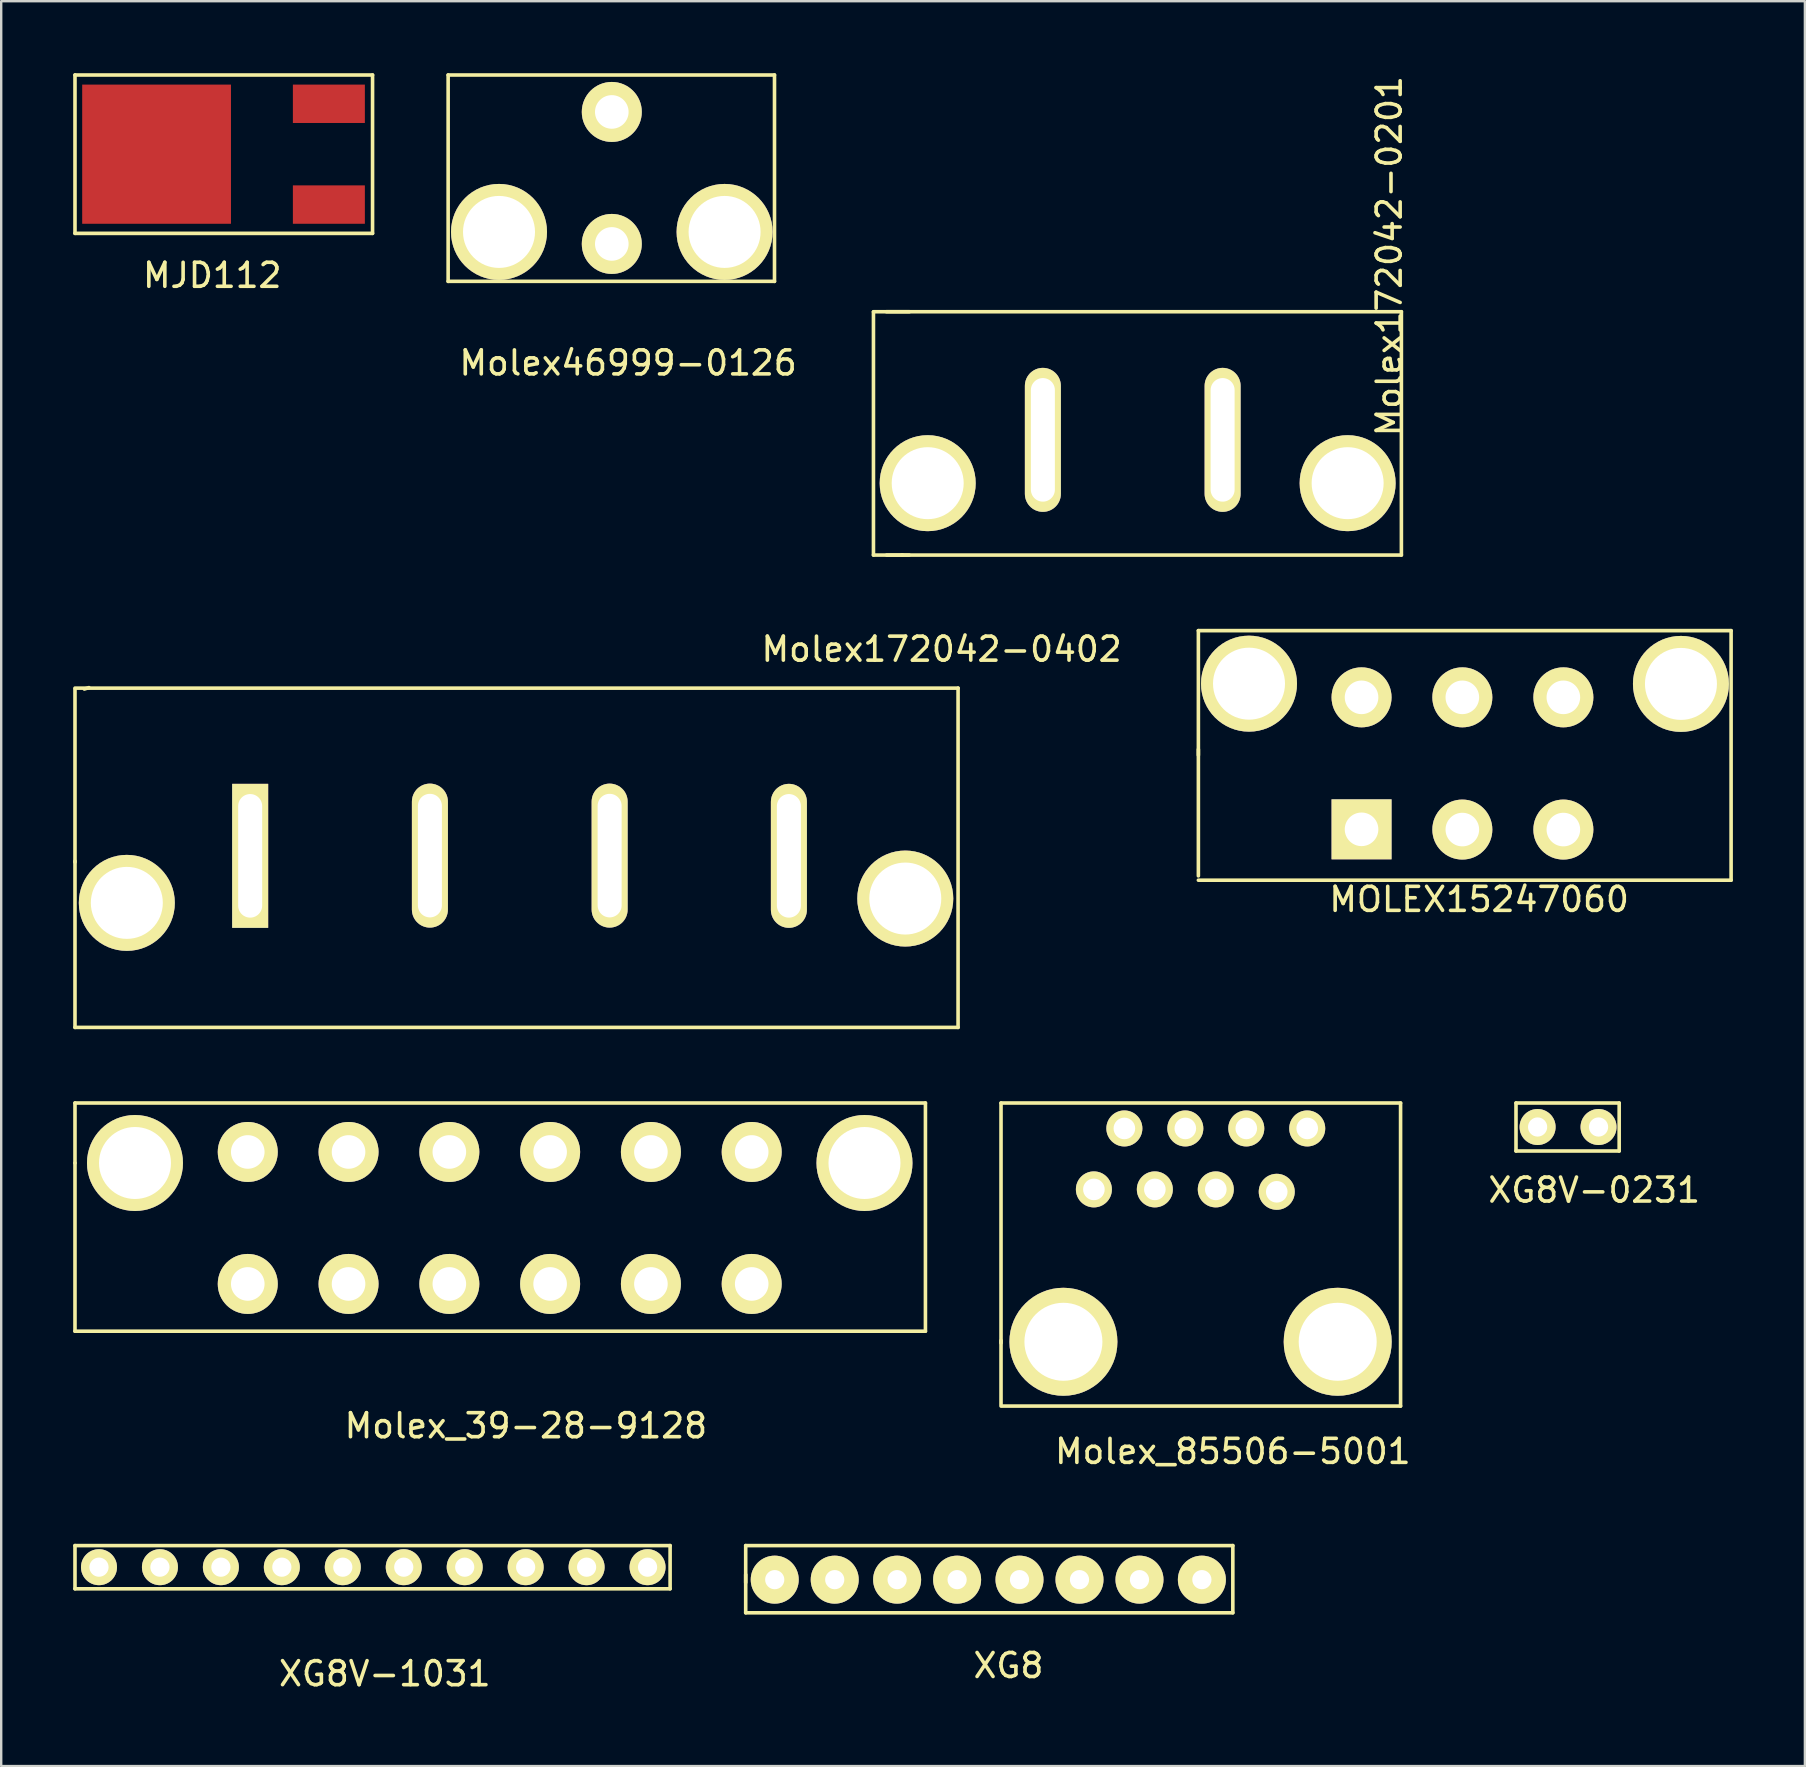
<source format=kicad_pcb>
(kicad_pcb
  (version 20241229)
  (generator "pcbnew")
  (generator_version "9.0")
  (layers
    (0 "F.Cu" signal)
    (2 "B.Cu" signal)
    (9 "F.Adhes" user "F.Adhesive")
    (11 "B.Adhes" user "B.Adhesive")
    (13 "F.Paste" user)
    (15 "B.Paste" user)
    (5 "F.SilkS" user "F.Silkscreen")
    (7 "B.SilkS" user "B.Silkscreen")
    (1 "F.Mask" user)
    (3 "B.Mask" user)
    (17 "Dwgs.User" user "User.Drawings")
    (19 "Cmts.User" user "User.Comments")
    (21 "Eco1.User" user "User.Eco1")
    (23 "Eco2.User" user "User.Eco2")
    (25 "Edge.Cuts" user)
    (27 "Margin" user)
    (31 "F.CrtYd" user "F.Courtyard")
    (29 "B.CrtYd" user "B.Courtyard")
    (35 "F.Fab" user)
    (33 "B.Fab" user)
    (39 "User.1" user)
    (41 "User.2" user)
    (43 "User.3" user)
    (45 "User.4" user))
  (footprint "Molex172042-0402"
    (layer "F.Cu")
    (at 18.475 32.665)
    (property "Reference" "Molex172042-0402" (at 17.714 -8.661 0) (layer "F.SilkS") (effects (font (size 1 1) (thickness 0.15))))
    (attr through_hole)
    (fp_line (start -18.4 0.17) (end -18.4 7.1) (stroke (width 0.15) (type solid)) (layer "F.SilkS"))
    (fp_line (start -18.4 0.21) (end -18.4 -7) (stroke (width 0.15) (type solid)) (layer "F.SilkS"))
    (fp_line (start -18.4 7.1) (end 18.4 7.1) (stroke (width 0.15) (type solid)) (layer "F.SilkS"))
    (fp_line (start -18.01 -7) (end -17.82 -7.06) (stroke (width 0.15) (type solid)) (layer "F.SilkS"))
    (fp_line (start 18.4 -7.04) (end -18.4 -7.04) (stroke (width 0.15) (type solid)) (layer "F.SilkS"))
    (fp_line (start 18.4 7.1) (end 18.4 -7.04) (stroke (width 0.15) (type solid)) (layer "F.SilkS"))
    (pad "" np_thru_hole circle (at -16.24 1.91) (size 4 4) (drill 3) (layers "*.Cu" "*.Mask" "F.SilkS"))
    (pad "" np_thru_hole circle (at 16.2 1.73) (size 4 4) (drill 3) (layers "*.Cu" "*.Mask" "F.SilkS"))
    (pad "1" thru_hole rect (at -11.1 -0.05) (size 1.5 6) (drill oval 1 5.15) (layers "*.Cu" "*.Mask" "F.SilkS"))
    (pad "2" thru_hole oval (at -3.61 -0.06) (size 1.5 6) (drill oval 1 5.15) (layers "*.Cu" "*.Mask" "F.SilkS"))
    (pad "3" thru_hole oval (at 3.88 -0.06) (size 1.5 6) (drill oval 1 5.15) (layers "*.Cu" "*.Mask" "F.SilkS"))
    (pad "4" thru_hole oval (at 11.35 -0.05) (size 1.5 6) (drill oval 1 5.15) (layers "*.Cu" "*.Mask" "F.SilkS")))
  (footprint "Molex_85506-5001"
    (layer "F.Cu")
    (at 46.525 49.465)
    (property "Reference" "Molex_85506-5001" (at 1.8 7.97 0) (layer "F.SilkS") (effects (font (size 1 1) (thickness 0.15))))
    (attr through_hole)
    (fp_line (start -7.86 -6.55) (end 8.79 -6.55) (stroke (width 0.15) (type solid)) (layer "F.SilkS"))
    (fp_line (start -7.86 3.45) (end -7.86 -6.55) (stroke (width 0.15) (type solid)) (layer "F.SilkS"))
    (fp_line (start -7.86 6.08) (end -7.86 3.35) (stroke (width 0.15) (type solid)) (layer "F.SilkS"))
    (fp_line (start 8.79 -6.55) (end 8.79 6.08) (stroke (width 0.15) (type solid)) (layer "F.SilkS"))
    (fp_line (start 8.79 6.08) (end -7.8 6.08) (stroke (width 0.15) (type solid)) (layer "F.SilkS"))
    (pad "1" thru_hole circle (at -3.99 -2.95) (size 1.5 1.5) (drill 0.9) (layers "*.Cu" "*.Mask" "F.SilkS"))
    (pad "2" thru_hole circle (at -2.72 -5.49) (size 1.5 1.5) (drill 0.9) (layers "*.Cu" "*.Mask" "F.SilkS"))
    (pad "3" thru_hole circle (at -1.45 -2.95) (size 1.5 1.5) (drill 0.9) (layers "*.Cu" "*.Mask" "F.SilkS"))
    (pad "4" thru_hole circle (at -0.18 -5.49) (size 1.5 1.5) (drill 0.9) (layers "*.Cu" "*.Mask" "F.SilkS"))
    (pad "5" thru_hole circle (at 1.09 -2.95) (size 1.5 1.5) (drill 0.9) (layers "*.Cu" "*.Mask" "F.SilkS"))
    (pad "6" thru_hole circle (at 2.36 -5.49) (size 1.5 1.5) (drill 0.9) (layers "*.Cu" "*.Mask" "F.SilkS"))
    (pad "7" thru_hole circle (at 3.63 -2.85) (size 1.5 1.5) (drill 0.9) (layers "*.Cu" "*.Mask" "F.SilkS"))
    (pad "8" thru_hole circle (at 4.9 -5.49) (size 1.5 1.5) (drill 0.9) (layers "*.Cu" "*.Mask" "F.SilkS"))
    (pad "9" thru_hole circle (at -5.26 3.4) (size 4.5 4.5) (drill 3.25) (layers "*.Cu" "*.Mask" "F.SilkS"))
    (pad "10" thru_hole circle (at 6.17 3.4) (size 4.5 4.5) (drill 3.25) (layers "*.Cu" "*.Mask" "F.SilkS")))
  (footprint "XG8V-0231"
    (layer "F.Cu")
    (at 62.395 43.995)
    (property "Reference" "XG8V-0231" (at 0.99 2.55 0) (layer "F.SilkS") (effects (font (size 1 1) (thickness 0.15))))
    (attr through_hole)
    (fp_line (start -2.27 -1.08) (end -2.27 0.92) (stroke (width 0.15) (type solid)) (layer "F.SilkS"))
    (fp_line (start -2.27 0.92) (end 2.03 0.92) (stroke (width 0.15) (type solid)) (layer "F.SilkS"))
    (fp_line (start 2.03 -1.08) (end -2.27 -1.08) (stroke (width 0.15) (type solid)) (layer "F.SilkS"))
    (fp_line (start 2.03 0.92) (end 2.03 -1.08) (stroke (width 0.15) (type solid)) (layer "F.SilkS"))
    (pad "1" thru_hole circle (at -1.37 -0.08) (size 1.5 1.5) (drill 0.8) (layers "*.Cu" "*.Mask" "F.SilkS"))
    (pad "2" thru_hole circle (at 1.17 -0.08) (size 1.5 1.5) (drill 0.8) (layers "*.Cu" "*.Mask" "F.SilkS")))
  (footprint "MOLEX15247060"
    (layer "F.Cu")
    (at 57.989 28.43)
    (property "Reference" "MOLEX15247060" (at 0.6 6 0) (layer "F.SilkS") (effects (font (size 1 1) (thickness 0.15))))
    (attr through_hole)
    (fp_line (start -11.1 -5.2) (end 11.1 -5.2) (stroke (width 0.15) (type solid)) (layer "F.SilkS"))
    (fp_line (start -11.1 -0.01) (end -11.1 -5.2) (stroke (width 0.15) (type solid)) (layer "F.SilkS"))
    (fp_line (start -11.1 5.02) (end -11.1 -0.25) (stroke (width 0.15) (type solid)) (layer "F.SilkS"))
    (fp_line (start 11.1 -5.2) (end 11.1 5.2) (stroke (width 0.15) (type solid)) (layer "F.SilkS"))
    (fp_line (start 11.1 5.2) (end -11.1 5.2) (stroke (width 0.15) (type solid)) (layer "F.SilkS"))
    (pad "" np_thru_hole circle (at -8.99 -2.99) (size 4 4) (drill 3) (layers "*.Cu" "*.Mask" "F.SilkS"))
    (pad "" np_thru_hole circle (at 9.01 -2.98) (size 4 4) (drill 3) (layers "*.Cu" "*.Mask" "F.SilkS"))
    (pad "1" thru_hole rect (at -4.3 3.08) (size 2.5 2.5) (drill 1.4) (layers "*.Cu" "*.Mask" "F.SilkS"))
    (pad "2" thru_hole circle (at -0.1 3.09) (size 2.5 2.5) (drill 1.4) (layers "*.Cu" "*.Mask" "F.SilkS"))
    (pad "3" thru_hole circle (at 4.11 3.09) (size 2.5 2.5) (drill 1.4) (layers "*.Cu" "*.Mask" "F.SilkS"))
    (pad "4" thru_hole circle (at 4.11 -2.42) (size 2.5 2.5) (drill 1.4) (layers "*.Cu" "*.Mask" "F.SilkS"))
    (pad "5" thru_hole circle (at -0.1 -2.42) (size 2.5 2.5) (drill 1.4) (layers "*.Cu" "*.Mask" "F.SilkS"))
    (pad "6" thru_hole circle (at -4.3 -2.42) (size 2.5 2.5) (drill 1.4) (layers "*.Cu" "*.Mask" "F.SilkS")))
  (footprint "Molex46999-0126"
    (layer "F.Cu")
    (at 22.425 6.775)
    (property "Reference" "Molex46999-0126" (at 0.7 5.3 0) (layer "F.SilkS") (effects (font (size 1 1) (thickness 0.15))))
    (attr through_hole)
    (fp_line (start -6.8 -6.7) (end -6.8 1.9) (stroke (width 0.15) (type solid)) (layer "F.SilkS"))
    (fp_line (start -6.8 1.9) (end 6.8 1.9) (stroke (width 0.15) (type solid)) (layer "F.SilkS"))
    (fp_line (start 6.8 -6.7) (end -6.8 -6.7) (stroke (width 0.15) (type solid)) (layer "F.SilkS"))
    (fp_line (start 6.8 1.9) (end 6.8 -6.7) (stroke (width 0.15) (type solid)) (layer "F.SilkS"))
    (pad "" np_thru_hole circle (at -4.68 -0.16) (size 4 4) (drill 3) (layers "*.Cu" "*.Mask" "F.SilkS"))
    (pad "" np_thru_hole circle (at 4.72 -0.16) (size 4 4) (drill 3) (layers "*.Cu" "*.Mask" "F.SilkS"))
    (pad "1" thru_hole circle (at 0.02 0.34) (size 2.5 2.5) (drill 1.4) (layers "*.Cu" "*.Mask" "F.SilkS"))
    (pad "2" thru_hole circle (at 0.02 -5.16) (size 2.5 2.5) (drill 1.4) (layers "*.Cu" "*.Mask" "F.SilkS")))
  (footprint "Molex_39-28-9128"
    (layer "F.Cu")
    (at 18.565 45.335)
    (property "Reference" "Molex_39-28-9128" (at 0.3 11.03 0) (layer "F.SilkS") (effects (font (size 1 1) (thickness 0.15))))
    (attr through_hole)
    (fp_line (start -18.49 -2.42) (end -18.49 0.08) (stroke (width 0.15) (type solid)) (layer "F.SilkS"))
    (fp_line (start -18.49 0.08) (end -18.49 7.09) (stroke (width 0.15) (type solid)) (layer "F.SilkS"))
    (fp_line (start -18.49 7.09) (end 16.95 7.09) (stroke (width 0.15) (type solid)) (layer "F.SilkS"))
    (fp_line (start 16.95 -2.42) (end -18.49 -2.42) (stroke (width 0.15) (type solid)) (layer "F.SilkS"))
    (fp_line (start 16.95 7.09) (end 16.95 -2.42) (stroke (width 0.15) (type solid)) (layer "F.SilkS"))
    (pad "" np_thru_hole circle (at -15.99 0.08) (size 4 4) (drill 3) (layers "*.Cu" "*.Mask" "F.SilkS"))
    (pad "" np_thru_hole circle (at 14.41 0.08) (size 4 4) (drill 3) (layers "*.Cu" "*.Mask" "F.SilkS"))
    (pad "1" thru_hole circle (at 9.71 5.12) (size 2.5 2.5) (drill 1.4) (layers "*.Cu" "*.Mask" "F.SilkS"))
    (pad "2" thru_hole circle (at 5.51 5.12) (size 2.5 2.5) (drill 1.4) (layers "*.Cu" "*.Mask" "F.SilkS"))
    (pad "3" thru_hole circle (at 1.31 5.12) (size 2.5 2.5) (drill 1.4) (layers "*.Cu" "*.Mask" "F.SilkS"))
    (pad "4" thru_hole circle (at -2.89 5.12) (size 2.5 2.5) (drill 1.4) (layers "*.Cu" "*.Mask" "F.SilkS"))
    (pad "5" thru_hole circle (at -7.09 5.12) (size 2.5 2.5) (drill 1.4) (layers "*.Cu" "*.Mask" "F.SilkS"))
    (pad "6" thru_hole circle (at -11.29 5.12) (size 2.5 2.5) (drill 1.4) (layers "*.Cu" "*.Mask" "F.SilkS"))
    (pad "7" thru_hole circle (at 9.71 -0.38) (size 2.5 2.5) (drill 1.4) (layers "*.Cu" "*.Mask" "F.SilkS"))
    (pad "8" thru_hole circle (at 5.51 -0.38) (size 2.5 2.5) (drill 1.4) (layers "*.Cu" "*.Mask" "F.SilkS"))
    (pad "9" thru_hole circle (at 1.31 -0.38) (size 2.5 2.5) (drill 1.4) (layers "*.Cu" "*.Mask" "F.SilkS"))
    (pad "10" thru_hole circle (at -2.89 -0.38) (size 2.5 2.5) (drill 1.4) (layers "*.Cu" "*.Mask" "F.SilkS"))
    (pad "11" thru_hole circle (at -7.09 -0.38) (size 2.5 2.5) (drill 1.4) (layers "*.Cu" "*.Mask" "F.SilkS"))
    (pad "12" thru_hole circle (at -11.29 -0.38) (size 2.5 2.5) (drill 1.4) (layers "*.Cu" "*.Mask" "F.SilkS")))
  (footprint "XG8V-1031"
    (layer "F.Cu")
    (at 12.195 62.308)
    (property "Reference" "XG8V-1031" (at 0.79 4.39 0) (layer "F.SilkS") (effects (font (size 1 1) (thickness 0.15))))
    (attr through_hole)
    (fp_line (start -12.12 -0.95) (end -12.12 0.85) (stroke (width 0.15) (type solid)) (layer "F.SilkS"))
    (fp_line (start -12.12 0.85) (end 12.68 0.85) (stroke (width 0.15) (type solid)) (layer "F.SilkS"))
    (fp_line (start 12.68 -0.95) (end -12.12 -0.95) (stroke (width 0.15) (type solid)) (layer "F.SilkS"))
    (fp_line (start 12.68 0.85) (end 12.68 -0.95) (stroke (width 0.15) (type solid)) (layer "F.SilkS"))
    (pad "1" thru_hole circle (at -11.12 -0.05) (size 1.5 1.5) (drill 0.8) (layers "*.Cu" "*.Mask" "F.SilkS"))
    (pad "2" thru_hole circle (at -8.58 -0.05) (size 1.5 1.5) (drill 0.8) (layers "*.Cu" "*.Mask" "F.SilkS"))
    (pad "3" thru_hole circle (at -6.04 -0.05) (size 1.5 1.5) (drill 0.8) (layers "*.Cu" "*.Mask" "F.SilkS"))
    (pad "4" thru_hole circle (at -3.5 -0.05) (size 1.5 1.5) (drill 0.8) (layers "*.Cu" "*.Mask" "F.SilkS"))
    (pad "5" thru_hole circle (at -0.96 -0.05) (size 1.5 1.5) (drill 0.8) (layers "*.Cu" "*.Mask" "F.SilkS"))
    (pad "6" thru_hole circle (at 1.58 -0.05) (size 1.5 1.5) (drill 0.8) (layers "*.Cu" "*.Mask" "F.SilkS"))
    (pad "7" thru_hole circle (at 4.12 -0.05) (size 1.5 1.5) (drill 0.8) (layers "*.Cu" "*.Mask" "F.SilkS"))
    (pad "8" thru_hole circle (at 6.66 -0.05) (size 1.5 1.5) (drill 0.8) (layers "*.Cu" "*.Mask" "F.SilkS"))
    (pad "9" thru_hole circle (at 9.2 -0.05) (size 1.5 1.5) (drill 0.8) (layers "*.Cu" "*.Mask" "F.SilkS"))
    (pad "10" thru_hole circle (at 11.74 -0.05) (size 1.5 1.5) (drill 0.8) (layers "*.Cu" "*.Mask" "F.SilkS")))
  (footprint "MJD112"
    (layer "F.Cu")
    (at 3.475 3.375)
    (property "Reference" "MJD112" (at 2.32 5.05 0) (layer "F.SilkS") (effects (font (size 1 1) (thickness 0.15))))
    (attr through_hole)
    (fp_line (start -3.4 -3.3) (end 9 -3.3) (stroke (width 0.15) (type solid)) (layer "F.SilkS"))
    (fp_line (start -3.4 3.3) (end -3.4 -3.3) (stroke (width 0.15) (type solid)) (layer "F.SilkS"))
    (fp_line (start 9 -3.3) (end 9 3.3) (stroke (width 0.15) (type solid)) (layer "F.SilkS"))
    (fp_line (start 9 3.3) (end -3.4 3.3) (stroke (width 0.15) (type solid)) (layer "F.SilkS"))
    (pad "1" smd rect (at 0 0) (size 6.2 5.8) (layers "F.Cu" "F.Mask" "F.Paste"))
    (pad "2" smd rect (at 7.18 -2.1) (size 3 1.6) (layers "F.Cu" "F.Mask" "F.Paste"))
    (pad "3" smd rect (at 7.18 2.1) (size 3 1.6) (layers "F.Cu" "F.Mask" "F.Paste")))
  (footprint "XG8"
    (layer "F.Cu")
    (at 38.175 62.758)
    (property "Reference" "XG8" (at 0.8 3.6 0) (layer "F.SilkS") (effects (font (size 1 1) (thickness 0.15))))
    (attr through_hole)
    (fp_line (start -10.15 -1.4) (end 10.15 -1.4) (stroke (width 0.15) (type solid)) (layer "F.SilkS"))
    (fp_line (start -10.15 0.14) (end -10.15 -1.4) (stroke (width 0.15) (type solid)) (layer "F.SilkS"))
    (fp_line (start -10.15 1.4) (end -10.15 -0.19) (stroke (width 0.15) (type solid)) (layer "F.SilkS"))
    (fp_line (start 10.15 -1.4) (end 10.15 1.4) (stroke (width 0.15) (type solid)) (layer "F.SilkS"))
    (fp_line (start 10.15 1.4) (end -10.15 1.4) (stroke (width 0.15) (type solid)) (layer "F.SilkS"))
    (pad "1" thru_hole circle (at -8.94 0.02) (size 2 2) (drill 0.8) (layers "*.Cu" "*.Mask" "F.SilkS"))
    (pad "2" thru_hole circle (at -6.44 0.02) (size 2 2) (drill 0.8) (layers "*.Cu" "*.Mask" "F.SilkS"))
    (pad "3" thru_hole circle (at -3.84 0.02) (size 2 2) (drill 0.8) (layers "*.Cu" "*.Mask" "F.SilkS"))
    (pad "4" thru_hole circle (at -1.34 0.02) (size 2 2) (drill 0.8) (layers "*.Cu" "*.Mask" "F.SilkS"))
    (pad "5" thru_hole circle (at 1.26 0.02) (size 2 2) (drill 0.8) (layers "*.Cu" "*.Mask" "F.SilkS"))
    (pad "6" thru_hole circle (at 3.76 0.02) (size 2 2) (drill 0.8) (layers "*.Cu" "*.Mask" "F.SilkS"))
    (pad "7" thru_hole circle (at 6.26 0.02) (size 2 2) (drill 0.8) (layers "*.Cu" "*.Mask" "F.SilkS"))
    (pad "8" thru_hole circle (at 8.86 0.02) (size 2 2) (drill 0.8) (layers "*.Cu" "*.Mask" "F.SilkS")))
  (footprint "Molex172042-0201"
    (layer "F.Cu")
    (at 44.149 14.93)
    (property "Reference" "Molex172042-0201" (at 10.693 -7.305 90) (layer "F.SilkS") (effects (font (size 1 1) (thickness 0.15))))
    (attr through_hole)
    (fp_line (start -10.8 -4.99) (end 11.2 -4.99) (stroke (width 0.15) (type solid)) (layer "F.SilkS"))
    (fp_line (start -10.8 -4.98) (end -10.8 5.15) (stroke (width 0.15) (type solid)) (layer "F.SilkS"))
    (fp_line (start -10.25 5.15) (end -9.59 5.15) (stroke (width 0.15) (type solid)) (layer "F.SilkS"))
    (fp_line (start -9.31 5.15) (end -9.62 5.15) (stroke (width 0.15) (type solid)) (layer "F.SilkS"))
    (fp_line (start -9.3 -4.99) (end -10.26 -4.99) (stroke (width 0.15) (type solid)) (layer "F.SilkS"))
    (fp_line (start 11.2 -4.99) (end 11.2 5.15) (stroke (width 0.15) (type solid)) (layer "F.SilkS"))
    (fp_line (start 11.2 5.15) (end -10.8 5.15) (stroke (width 0.15) (type solid)) (layer "F.SilkS"))
    (pad "" np_thru_hole circle (at -8.54 2.155) (size 4 4) (drill 3) (layers "*.Cu" "*.Mask" "F.SilkS"))
    (pad "" np_thru_hole circle (at 8.96 2.155) (size 4 4) (drill 3) (layers "*.Cu" "*.Mask" "F.SilkS"))
    (pad "1" thru_hole oval (at -3.74 0.35) (size 1.5 6) (drill oval 1 5.15) (layers "*.Cu" "*.Mask" "F.SilkS"))
    (pad "2" thru_hole oval (at 3.75 0.35) (size 1.5 6) (drill oval 1 5.15) (layers "*.Cu" "*.Mask" "F.SilkS")))
  (gr_rect
    (start -3 -3)
    (end 72.164 70.546)
    (stroke (width 0.1) (type default))
    (fill no)
    (layer "Edge.Cuts")))
</source>
